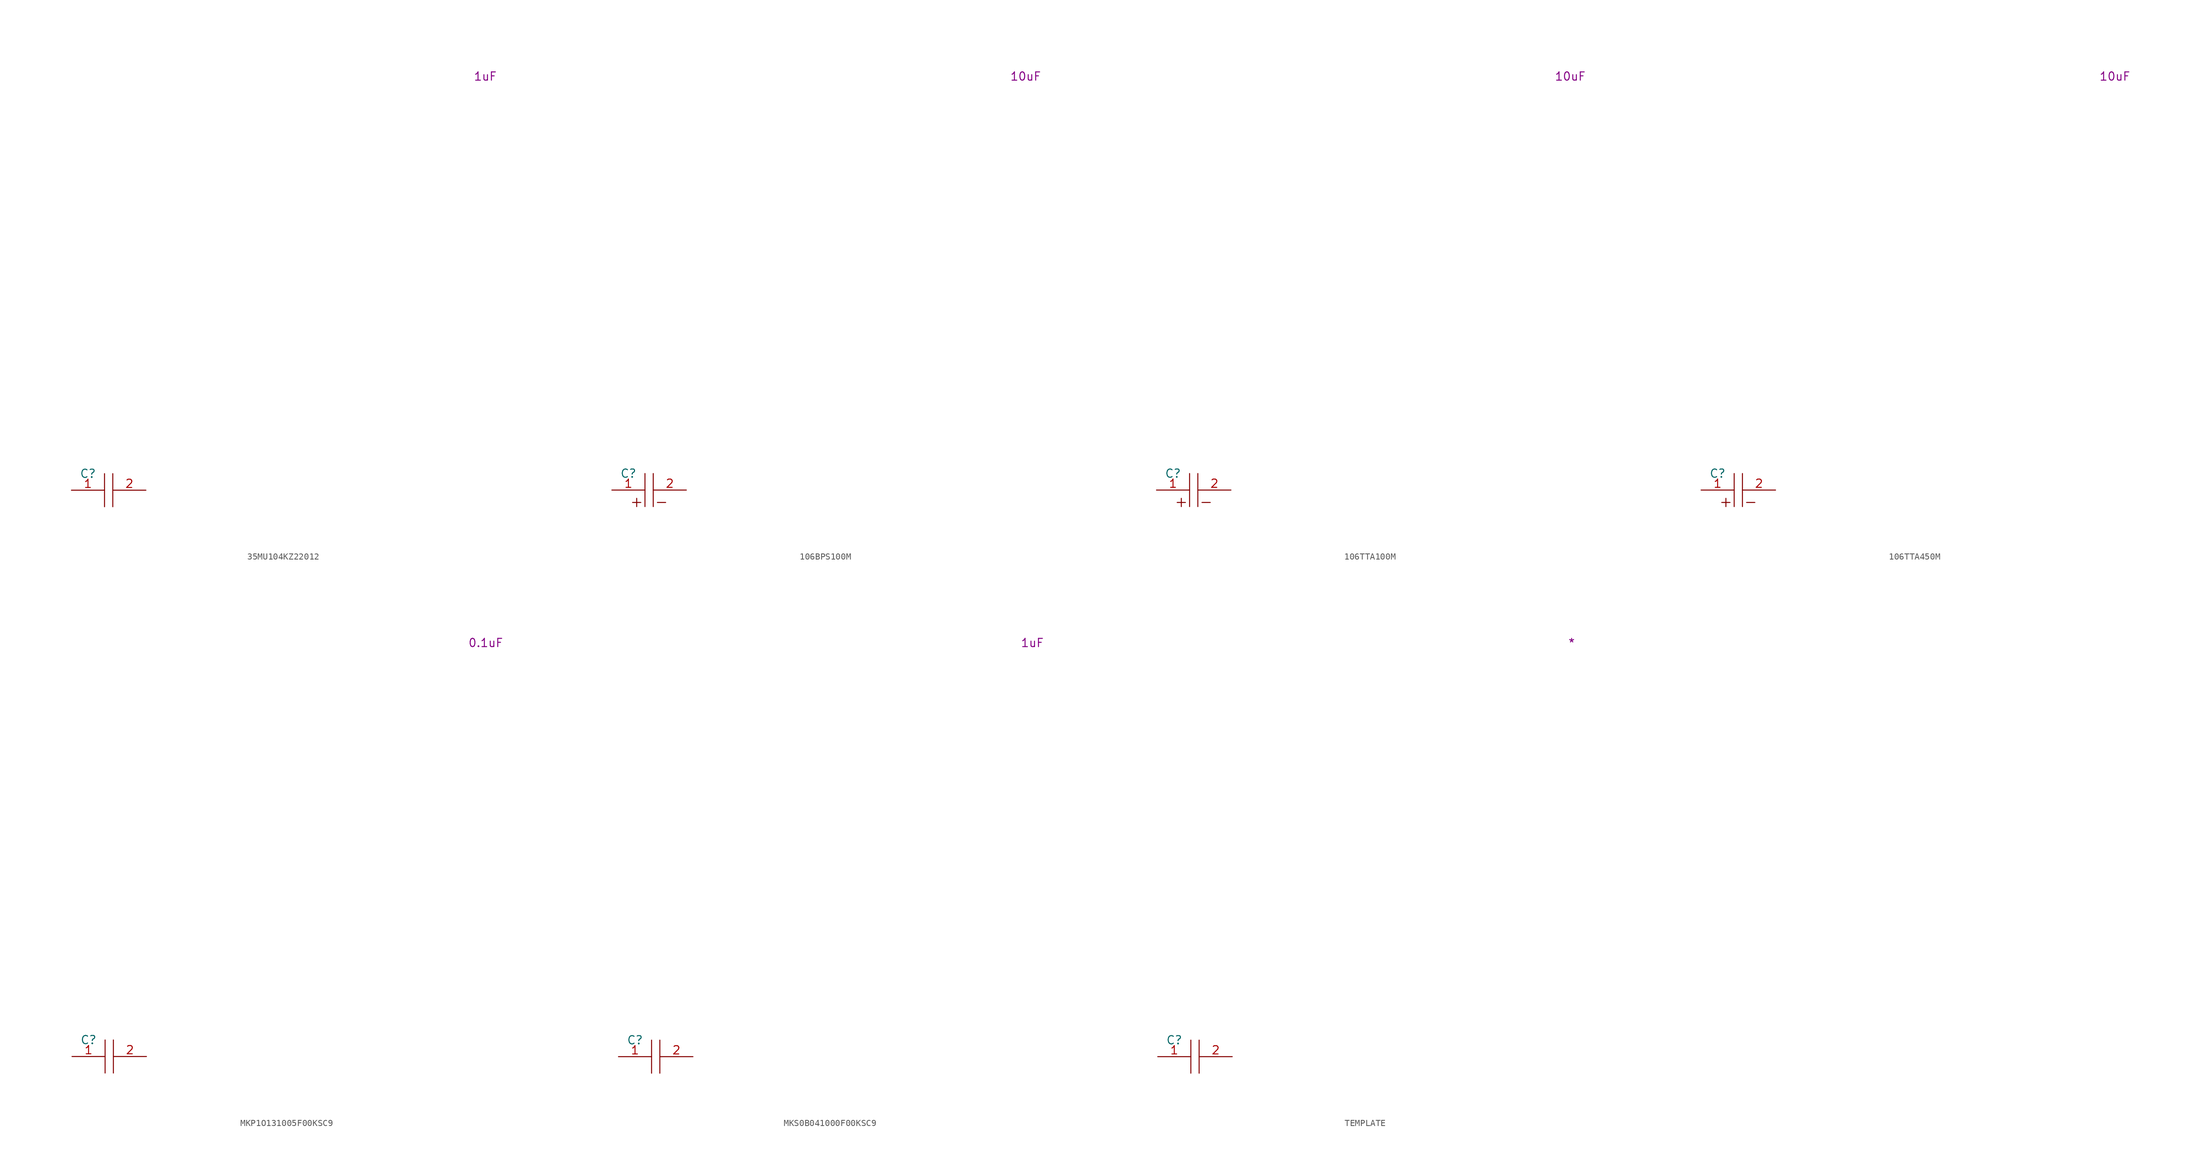
<source format=kicad_sym>
(kicad_symbol_lib
  (version 20241209)
  (generator "kicad_symbol_editor")
  (generator_version "9.0")
  (symbol "35MU104KZ22012"
    (pin_names
      (offset 1.016))
    (property "Reference" "C"
      (at -2.54 2.54 0)
      (effects (font (size 1.27 1.27))))
    (property "_Value_" "1uF"
      (at 58.42 63.5 0)
      (effects (font (size 1.27 1.27))))
    (symbol "35MU104KZ22012_1_1"
      (polyline (pts (xy 0 2.54) (xy 0 -2.54)) (stroke (width 0) (type default)) (fill (type none)))
      (polyline (pts (xy 1.27 2.54) (xy 1.27 -2.54)) (stroke (width 0) (type default)) (fill (type none)))
      (pin input line (at -5.08 0 0) (length 5.08) (name "~" (effects (font (size 1.27 1.27)))) (number "1" (effects (font (size 1.27 1.27)))))
      (pin input line (at 6.35 0 180) (length 5.08) (name "~" (effects (font (size 1.27 1.27)))) (number "2" (effects (font (size 1.27 1.27)))))))
  (symbol "106BPS100M"
    (pin_names
      (offset 1.016))
    (property "Reference" "C"
      (at -2.54 2.54 0)
      (effects (font (size 1.27 1.27))))
    (property "_Value_" "10uF"
      (at 58.42 63.5 0)
      (effects (font (size 1.27 1.27))))
    (symbol "106BPS100M_0_1"
      (polyline (pts (xy -1.27 -1.27) (xy -1.27 -2.54)) (stroke (width 0) (type default)) (fill (type none)))
      (polyline (pts (xy -0.635 -1.905) (xy -1.905 -1.905)) (stroke (width 0) (type default)) (fill (type none)))
      (polyline (pts (xy 1.905 -1.905) (xy 3.175 -1.905)) (stroke (width 0) (type default)) (fill (type none))))
    (symbol "106BPS100M_1_1"
      (polyline (pts (xy 0 2.54) (xy 0 -2.54)) (stroke (width 0) (type default)) (fill (type none)))
      (polyline (pts (xy 1.27 2.54) (xy 1.27 -2.54)) (stroke (width 0) (type default)) (fill (type none)))
      (pin input line (at -5.08 0 0) (length 5.08) (name "~" (effects (font (size 1.27 1.27)))) (number "1" (effects (font (size 1.27 1.27)))))
      (pin input line (at 6.35 0 180) (length 5.08) (name "~" (effects (font (size 1.27 1.27)))) (number "2" (effects (font (size 1.27 1.27)))))))
  (symbol "106TTA100M"
    (pin_names
      (offset 1.016))
    (property "Reference" "C"
      (at -2.54 2.54 0)
      (effects (font (size 1.27 1.27))))
    (property "_Value_" "10uF"
      (at 58.42 63.5 0)
      (effects (font (size 1.27 1.27))))
    (symbol "106TTA100M_0_1"
      (polyline (pts (xy -1.27 -1.27) (xy -1.27 -2.54)) (stroke (width 0) (type default)) (fill (type none)))
      (polyline (pts (xy -0.635 -1.905) (xy -1.905 -1.905)) (stroke (width 0) (type default)) (fill (type none)))
      (polyline (pts (xy 1.905 -1.905) (xy 3.175 -1.905)) (stroke (width 0) (type default)) (fill (type none))))
    (symbol "106TTA100M_1_1"
      (polyline (pts (xy 0 2.54) (xy 0 -2.54)) (stroke (width 0) (type default)) (fill (type none)))
      (polyline (pts (xy 1.27 2.54) (xy 1.27 -2.54)) (stroke (width 0) (type default)) (fill (type none)))
      (pin input line (at -5.08 0 0) (length 5.08) (name "~" (effects (font (size 1.27 1.27)))) (number "1" (effects (font (size 1.27 1.27)))))
      (pin input line (at 6.35 0 180) (length 5.08) (name "~" (effects (font (size 1.27 1.27)))) (number "2" (effects (font (size 1.27 1.27)))))))
  (symbol "106TTA450M"
    (pin_names
      (offset 1.016))
    (property "Reference" "C"
      (at -2.54 2.54 0)
      (effects (font (size 1.27 1.27))))
    (property "_Value_" "10uF"
      (at 58.42 63.5 0)
      (effects (font (size 1.27 1.27))))
    (symbol "106TTA450M_0_1"
      (polyline (pts (xy -1.27 -1.27) (xy -1.27 -2.54)) (stroke (width 0) (type default)) (fill (type none)))
      (polyline (pts (xy -0.635 -1.905) (xy -1.905 -1.905)) (stroke (width 0) (type default)) (fill (type none)))
      (polyline (pts (xy 1.905 -1.905) (xy 3.175 -1.905)) (stroke (width 0) (type default)) (fill (type none))))
    (symbol "106TTA450M_1_1"
      (polyline (pts (xy 0 2.54) (xy 0 -2.54)) (stroke (width 0) (type default)) (fill (type none)))
      (polyline (pts (xy 1.27 2.54) (xy 1.27 -2.54)) (stroke (width 0) (type default)) (fill (type none)))
      (pin input line (at -5.08 0 0) (length 5.08) (name "~" (effects (font (size 1.27 1.27)))) (number "1" (effects (font (size 1.27 1.27)))))
      (pin input line (at 6.35 0 180) (length 5.08) (name "~" (effects (font (size 1.27 1.27)))) (number "2" (effects (font (size 1.27 1.27)))))))
  (symbol "MKP1O131005F00KSC9"
    (pin_names
      (offset 1.016))
    (property "Reference" "C"
      (at -2.54 2.54 0)
      (effects (font (size 1.27 1.27))))
    (property "_Value_" "0.1uF"
      (at 58.42 63.5 0)
      (effects (font (size 1.27 1.27))))
    (symbol "MKP1O131005F00KSC9_1_1"
      (polyline (pts (xy 0 2.54) (xy 0 -2.54)) (stroke (width 0) (type default)) (fill (type none)))
      (polyline (pts (xy 1.27 2.54) (xy 1.27 -2.54)) (stroke (width 0) (type default)) (fill (type none)))
      (pin input line (at -5.08 0 0) (length 5.08) (name "~" (effects (font (size 1.27 1.27)))) (number "1" (effects (font (size 1.27 1.27)))))
      (pin input line (at 6.35 0 180) (length 5.08) (name "~" (effects (font (size 1.27 1.27)))) (number "2" (effects (font (size 1.27 1.27)))))))
  (symbol "MKS0B041000F00KSC9"
    (pin_names
      (offset 1.016))
    (property "Reference" "C"
      (at -2.54 2.54 0)
      (effects (font (size 1.27 1.27))))
    (property "_Value_" "1uF"
      (at 58.42 63.5 0)
      (effects (font (size 1.27 1.27))))
    (symbol "MKS0B041000F00KSC9_1_1"
      (polyline (pts (xy 0 2.54) (xy 0 -2.54)) (stroke (width 0) (type default)) (fill (type none)))
      (polyline (pts (xy 1.27 2.54) (xy 1.27 -2.54)) (stroke (width 0) (type default)) (fill (type none)))
      (pin input line (at -5.08 0 0) (length 5.08) (name "~" (effects (font (size 1.27 1.27)))) (number "1" (effects (font (size 1.27 1.27)))))
      (pin input line (at 6.35 0 180) (length 5.08) (name "~" (effects (font (size 1.27 1.27)))) (number "2" (effects (font (size 1.27 1.27)))))))
  (symbol "TEMPLATE"
    (pin_names
      (offset 1.016))
    (property "Reference" "C"
      (at -2.54 2.54 0)
      (effects (font (size 1.27 1.27))))
    (property "_Value_" "*"
      (at 58.42 63.5 0)
      (effects (font (size 1.27 1.27))))
    (symbol "TEMPLATE_1_1"
      (polyline (pts (xy 0 2.54) (xy 0 -2.54)) (stroke (width 0) (type default)) (fill (type none)))
      (polyline (pts (xy 1.27 2.54) (xy 1.27 -2.54)) (stroke (width 0) (type default)) (fill (type none)))
      (pin input line (at -5.08 0 0) (length 5.08) (name "~" (effects (font (size 1.27 1.27)))) (number "1" (effects (font (size 1.27 1.27)))))
      (pin input line (at 6.35 0 180) (length 5.08) (name "~" (effects (font (size 1.27 1.27)))) (number "2" (effects (font (size 1.27 1.27))))))))
</source>
